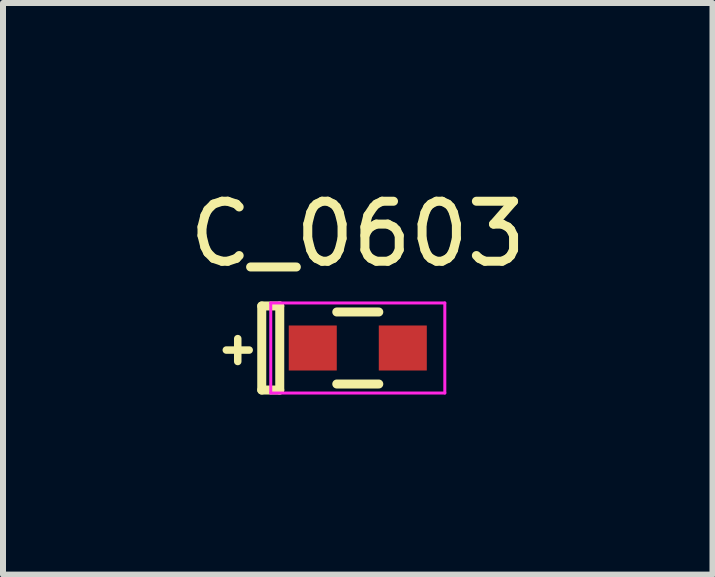
<source format=kicad_pcb>
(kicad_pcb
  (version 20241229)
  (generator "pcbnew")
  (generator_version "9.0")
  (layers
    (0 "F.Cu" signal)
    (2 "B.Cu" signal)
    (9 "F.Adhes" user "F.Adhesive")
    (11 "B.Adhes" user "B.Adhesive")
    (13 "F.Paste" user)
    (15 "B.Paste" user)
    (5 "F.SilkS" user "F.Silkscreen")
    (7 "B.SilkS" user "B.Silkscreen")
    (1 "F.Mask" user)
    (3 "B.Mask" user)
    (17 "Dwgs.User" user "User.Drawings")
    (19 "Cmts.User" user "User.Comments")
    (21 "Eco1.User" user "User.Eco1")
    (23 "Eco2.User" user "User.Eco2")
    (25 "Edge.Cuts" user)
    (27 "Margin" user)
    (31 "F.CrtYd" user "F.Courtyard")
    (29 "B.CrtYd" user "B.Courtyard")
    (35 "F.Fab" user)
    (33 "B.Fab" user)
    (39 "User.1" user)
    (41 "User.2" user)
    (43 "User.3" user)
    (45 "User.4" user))
  (footprint "C_0603"
    (layer "F.Cu")
    (at 2.911 2.748)
    (property "Reference" "C_0603" (at 0 -1.9 0) (layer "F.SilkS") (effects (font (size 1 1) (thickness 0.15))))
    (attr smd)
    (fp_line (start -1.6 -0.7) (end -1.3 -0.7) (stroke (width 0.15) (type solid)) (layer "F.SilkS"))
    (fp_line (start -1.6 0.7) (end -1.6 -0.7) (stroke (width 0.15) (type solid)) (layer "F.SilkS"))
    (fp_line (start -1.3 -0.7) (end -1.3 0.7) (stroke (width 0.15) (type solid)) (layer "F.SilkS"))
    (fp_line (start -1.3 0.7) (end -1.6 0.7) (stroke (width 0.15) (type solid)) (layer "F.SilkS"))
    (fp_line (start -0.35 -0.6) (end 0.35 -0.6) (stroke (width 0.15) (type solid)) (layer "F.SilkS"))
    (fp_line (start 0.35 0.6) (end -0.35 0.6) (stroke (width 0.15) (type solid)) (layer "F.SilkS"))
    (fp_line (start -1.45 -0.75) (end -1.45 0.75) (stroke (width 0.05) (type solid)) (layer "F.CrtYd"))
    (fp_line (start -1.45 -0.75) (end 1.45 -0.75) (stroke (width 0.05) (type solid)) (layer "F.CrtYd"))
    (fp_line (start -1.45 0.75) (end 1.45 0.75) (stroke (width 0.05) (type solid)) (layer "F.CrtYd"))
    (fp_line (start 1.45 -0.75) (end 1.45 0.75) (stroke (width 0.05) (type solid)) (layer "F.CrtYd"))
    (fp_text user "+" (at -2 0 0) (layer "F.SilkS") (effects (font (size 0.5 0.5) (thickness 0.125))))
    (pad "1" smd rect (at -0.75 0) (size 0.8 0.75) (layers "F.Cu" "F.Mask" "F.Paste"))
    (pad "2" smd rect (at 0.75 0) (size 0.8 0.75) (layers "F.Cu" "F.Mask" "F.Paste")))
  (gr_rect
    (start -3 -3)
    (end 8.821 6.523)
    (stroke (width 0.1) (type default))
    (fill no)
    (layer "Edge.Cuts")))
</source>
